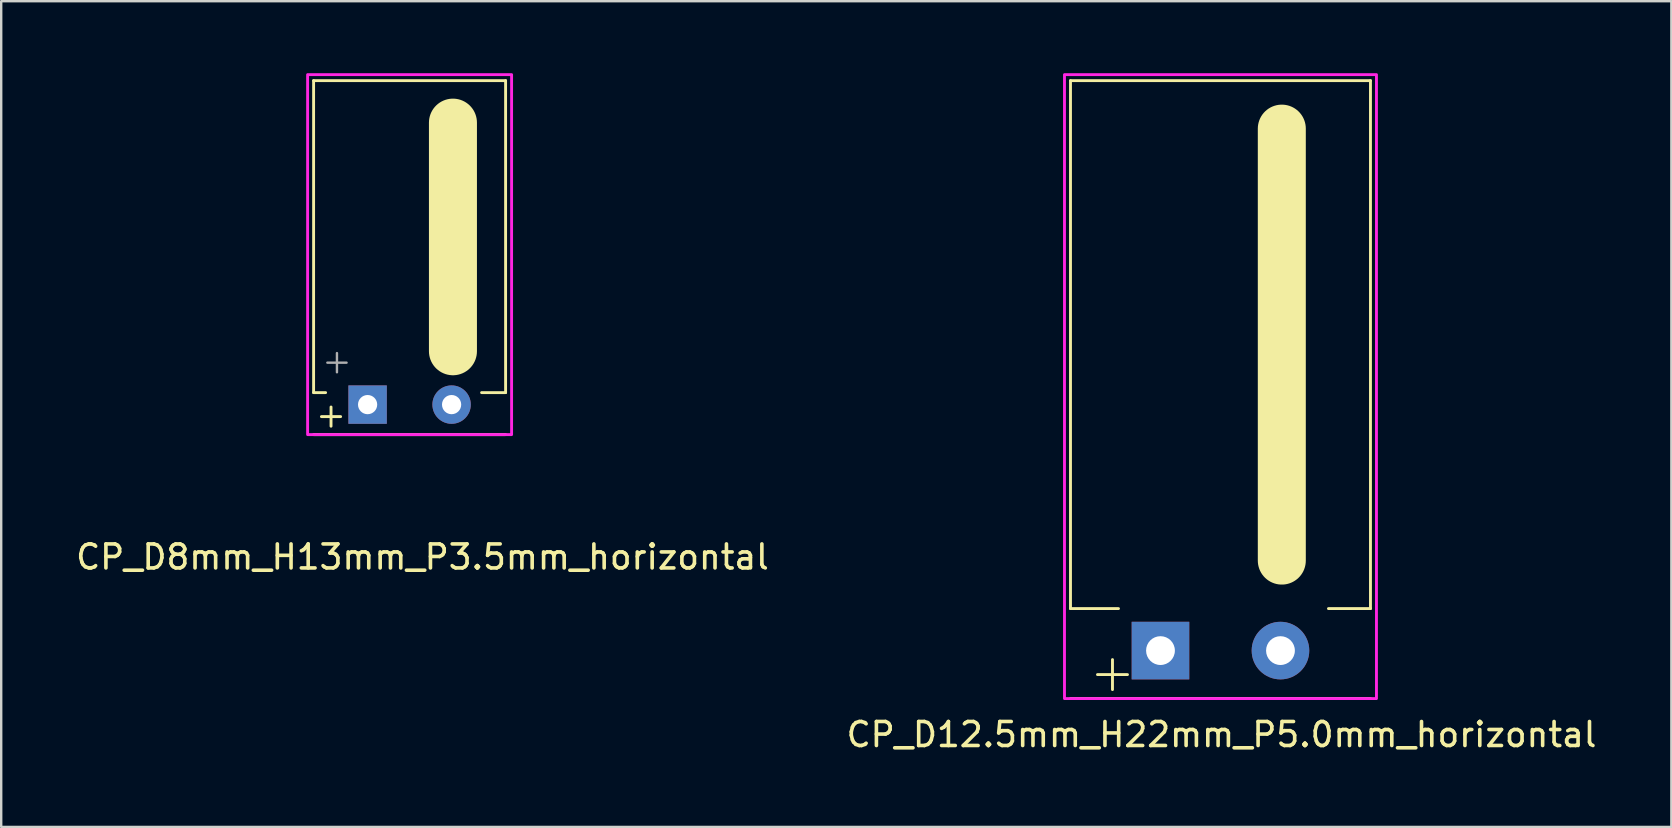
<source format=kicad_pcb>
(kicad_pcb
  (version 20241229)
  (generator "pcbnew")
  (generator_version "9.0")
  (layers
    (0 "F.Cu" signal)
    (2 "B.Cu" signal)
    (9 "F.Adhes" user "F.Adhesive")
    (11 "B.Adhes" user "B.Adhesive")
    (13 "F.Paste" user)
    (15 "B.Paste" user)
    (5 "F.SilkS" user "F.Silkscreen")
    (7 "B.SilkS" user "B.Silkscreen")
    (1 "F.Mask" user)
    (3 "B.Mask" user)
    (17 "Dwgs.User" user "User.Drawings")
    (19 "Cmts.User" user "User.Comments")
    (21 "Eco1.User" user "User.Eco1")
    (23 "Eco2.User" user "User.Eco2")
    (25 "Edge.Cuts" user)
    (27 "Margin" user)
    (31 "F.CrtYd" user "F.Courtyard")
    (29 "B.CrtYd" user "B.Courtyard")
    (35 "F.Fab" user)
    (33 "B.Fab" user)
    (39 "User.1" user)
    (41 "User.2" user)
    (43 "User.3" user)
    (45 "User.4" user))
  (footprint "CP_D12.5mm_H22mm_P5.0mm_horizontal"
    (layer "F.Cu")
    (at 45.307 24.06)
    (property "Reference" "CP_D12.5mm_H22mm_P5.0mm_horizontal" (at 2.544 3.5 0) (unlocked yes) (layer "F.SilkS") (effects (font (size 1 1) (thickness 0.15))))
    (attr through_hole)
    (fp_line (start -3.75 -23.75) (end 8.75 -23.75) (stroke (width 0.12) (type default)) (layer "F.SilkS"))
    (fp_line (start -3.75 -1.75) (end -3.75 -23.75) (stroke (width 0.12) (type default)) (layer "F.SilkS"))
    (fp_line (start -3.75 -1.75) (end -1.75 -1.75) (stroke (width 0.12) (type default)) (layer "F.SilkS"))
    (fp_line (start -2.625 1) (end -1.375 1) (stroke (width 0.12) (type solid)) (layer "F.SilkS"))
    (fp_line (start -2 0.375) (end -2 1.625) (stroke (width 0.12) (type solid)) (layer "F.SilkS"))
    (fp_line (start 5.056 -21.75) (end 5.056 -3.75) (stroke (width 2) (type default)) (layer "F.SilkS"))
    (fp_line (start 8.75 -23.75) (end 8.75 -1.75) (stroke (width 0.12) (type default)) (layer "F.SilkS"))
    (fp_line (start 8.75 -1.75) (end 7 -1.75) (stroke (width 0.12) (type default)) (layer "F.SilkS"))
    (fp_line (start 8.75 2) (end -3.75 2) (stroke (width 0.12) (type default)) (layer "F.SilkS"))
    (fp_rect (start -4 -24) (end 9 2) (stroke (width 0.12) (type default)) (fill no) (layer "F.CrtYd"))
    (pad "1" thru_hole rect (at 0 0) (size 2.4 2.4) (drill 1.2) (layers "*.Cu" "*.Mask"))
    (pad "2" thru_hole circle (at 5 0) (size 2.4 2.4) (drill 1.2) (layers "*.Cu" "*.Mask")))
  (footprint "CP_D8mm_H13mm_P3.5mm_horizontal"
    (layer "F.Cu")
    (at 12.268 13.81)
    (property "Reference" "CP_D8mm_H13mm_P3.5mm_horizontal" (at 2.286 6.35 0) (unlocked yes) (layer "F.SilkS") (effects (font (size 1 1) (thickness 0.15))))
    (attr through_hole)
    (fp_line (start -2.25 -13.5) (end 5.75 -13.5) (stroke (width 0.12) (type default)) (layer "F.SilkS"))
    (fp_line (start -2.25 -0.5) (end -2.25 -13.5) (stroke (width 0.12) (type default)) (layer "F.SilkS"))
    (fp_line (start -2.25 -0.5) (end -1.75 -0.5) (stroke (width 0.12) (type default)) (layer "F.SilkS"))
    (fp_line (start -2.25 1.25) (end 5.75 1.25) (stroke (width 0.12) (type default)) (layer "F.SilkS"))
    (fp_line (start -1.924 0.5) (end -1.124 0.5) (stroke (width 0.12) (type solid)) (layer "F.SilkS"))
    (fp_line (start -1.524 0.1) (end -1.524 0.9) (stroke (width 0.12) (type solid)) (layer "F.SilkS"))
    (fp_line (start 3.556 -11.75) (end 3.556 -2.223) (stroke (width 2) (type default)) (layer "F.SilkS"))
    (fp_line (start 5.75 -13.5) (end 5.75 -0.5) (stroke (width 0.12) (type default)) (layer "F.SilkS"))
    (fp_line (start 5.75 -0.5) (end 4.75 -0.5) (stroke (width 0.12) (type default)) (layer "F.SilkS"))
    (fp_rect (start -2.5 -13.75) (end 6 1.25) (stroke (width 0.12) (type default)) (fill no) (layer "F.CrtYd"))
    (fp_line (start -1.677 -1.748) (end -0.877 -1.748) (stroke (width 0.1) (type solid)) (layer "F.Fab"))
    (fp_line (start -1.277 -2.147) (end -1.277 -1.347) (stroke (width 0.1) (type solid)) (layer "F.Fab"))
    (pad "1" thru_hole rect (at 0 0) (size 1.6 1.6) (drill 0.8) (layers "*.Cu" "*.Mask"))
    (pad "2" thru_hole circle (at 3.5 0) (size 1.6 1.6) (drill 0.8) (layers "*.Cu" "*.Mask")))
  (gr_rect
    (start -3 -3)
    (end 66.595 31.408)
    (stroke (width 0.1) (type default))
    (fill no)
    (layer "Edge.Cuts")))
</source>
